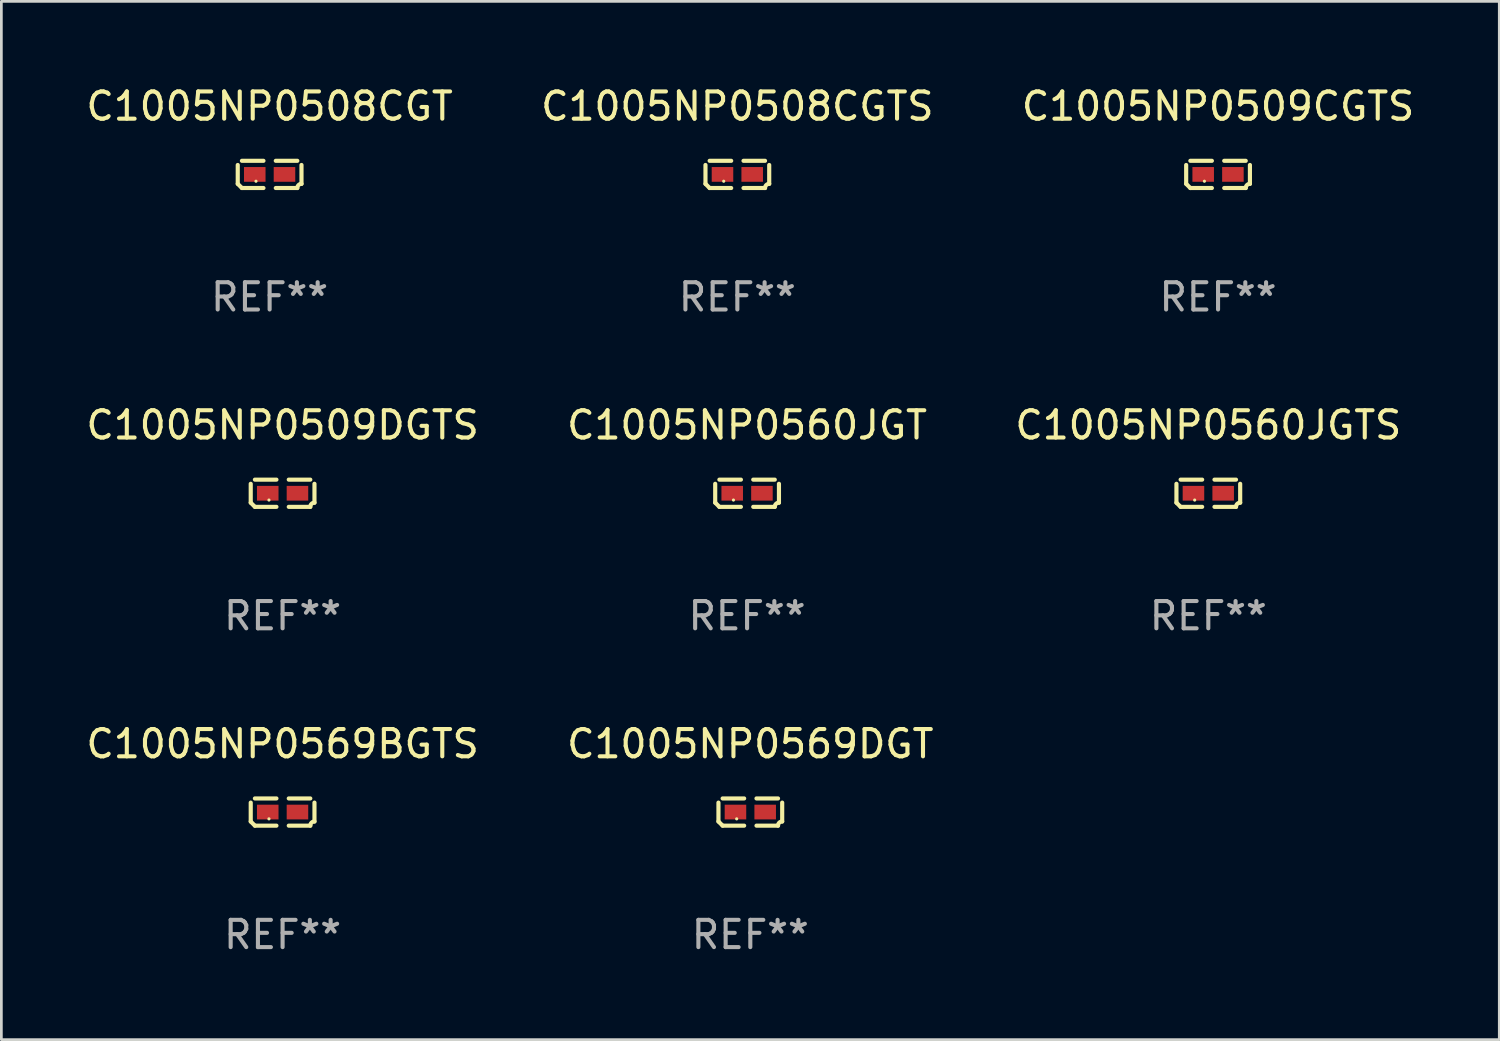
<source format=kicad_pcb>
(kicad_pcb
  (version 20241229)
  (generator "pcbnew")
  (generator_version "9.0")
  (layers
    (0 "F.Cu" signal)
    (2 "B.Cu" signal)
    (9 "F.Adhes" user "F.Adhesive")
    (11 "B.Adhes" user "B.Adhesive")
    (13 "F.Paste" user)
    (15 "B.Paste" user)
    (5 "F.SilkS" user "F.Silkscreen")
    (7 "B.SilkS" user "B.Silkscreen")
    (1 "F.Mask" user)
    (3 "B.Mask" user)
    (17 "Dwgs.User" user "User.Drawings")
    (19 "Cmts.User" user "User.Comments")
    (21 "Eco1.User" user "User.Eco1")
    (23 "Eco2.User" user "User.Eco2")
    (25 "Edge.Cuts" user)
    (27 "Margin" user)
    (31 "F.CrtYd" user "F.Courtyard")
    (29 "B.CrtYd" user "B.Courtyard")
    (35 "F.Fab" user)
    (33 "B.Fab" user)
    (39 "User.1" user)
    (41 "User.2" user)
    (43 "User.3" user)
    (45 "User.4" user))
  (footprint "C1005NP0560JGT"
    (layer "F.Cu")
    (at 24.351 15.041)
    (property "Reference" "C1005NP0560JGT" (at 0 -2.499 0) (layer "F.SilkS") (effects (font (size 1 1) (thickness 0.15))))
    (attr through_hole)
    (fp_line (start -1.169 0.346) (end -1.169 -0.346) (stroke (width 0.152) (type solid)) (layer "F.SilkS"))
    (fp_line (start -1.016 -0.499) (end -0.226 -0.499) (stroke (width 0.152) (type solid)) (layer "F.SilkS"))
    (fp_line (start -0.226 0.499) (end -1.016 0.499) (stroke (width 0.152) (type solid)) (layer "F.SilkS"))
    (fp_line (start 0.226 0.499) (end 1.016 0.499) (stroke (width 0.152) (type solid)) (layer "F.SilkS"))
    (fp_line (start 1.016 -0.499) (end 0.226 -0.499) (stroke (width 0.152) (type solid)) (layer "F.SilkS"))
    (fp_line (start 1.169 0.346) (end 1.169 -0.346) (stroke (width 0.152) (type solid)) (layer "F.SilkS"))
    (fp_arc (start -1.016307 0.498603) (mid -1.092512 0.422405) (end -1.16871 0.3462) (stroke (width 0.1524) (type solid)) (layer "F.SilkS"))
    (fp_arc (start 1.016307 0.498603) (mid 1.060899 0.390758) (end 1.168707 0.346076) (stroke (width 0.1524) (type solid)) (layer "F.SilkS"))
    (fp_circle (center -0.5 0.25) (end -0.47 0.25) (stroke (width 0.06) (type solid)) (fill no) (layer "F.SilkS"))
    (fp_text user "REF**" (at 0 4.499 0) (layer "F.Fab") (effects (font (size 1 1) (thickness 0.15))))
    (pad "1" smd rect (at -0.545 0) (size 0.79 0.54) (layers "F.Cu" "F.Mask" "F.Paste"))
    (pad "2" smd rect (at 0.545 0) (size 0.79 0.54) (layers "F.Cu" "F.Mask" "F.Paste")))
  (footprint "C1005NP0569DGT"
    (layer "F.Cu")
    (at 24.47 26.734)
    (property "Reference" "C1005NP0569DGT" (at 0 -2.499 0) (layer "F.SilkS") (effects (font (size 1 1) (thickness 0.15))))
    (attr through_hole)
    (fp_line (start -1.169 0.346) (end -1.169 -0.346) (stroke (width 0.152) (type solid)) (layer "F.SilkS"))
    (fp_line (start -1.016 -0.499) (end -0.226 -0.499) (stroke (width 0.152) (type solid)) (layer "F.SilkS"))
    (fp_line (start -0.226 0.499) (end -1.016 0.499) (stroke (width 0.152) (type solid)) (layer "F.SilkS"))
    (fp_line (start 0.226 0.499) (end 1.016 0.499) (stroke (width 0.152) (type solid)) (layer "F.SilkS"))
    (fp_line (start 1.016 -0.499) (end 0.226 -0.499) (stroke (width 0.152) (type solid)) (layer "F.SilkS"))
    (fp_line (start 1.169 0.346) (end 1.169 -0.346) (stroke (width 0.152) (type solid)) (layer "F.SilkS"))
    (fp_arc (start -1.016307 0.498603) (mid -1.092512 0.422405) (end -1.16871 0.3462) (stroke (width 0.1524) (type solid)) (layer "F.SilkS"))
    (fp_arc (start 1.016307 0.498603) (mid 1.060899 0.390758) (end 1.168707 0.346076) (stroke (width 0.1524) (type solid)) (layer "F.SilkS"))
    (fp_circle (center -0.5 0.25) (end -0.47 0.25) (stroke (width 0.06) (type solid)) (fill no) (layer "F.SilkS"))
    (fp_text user "REF**" (at 0 4.499 0) (layer "F.Fab") (effects (font (size 1 1) (thickness 0.15))))
    (pad "1" smd rect (at -0.545 0) (size 0.79 0.54) (layers "F.Cu" "F.Mask" "F.Paste"))
    (pad "2" smd rect (at 0.545 0) (size 0.79 0.54) (layers "F.Cu" "F.Mask" "F.Paste")))
  (footprint "C1005NP0560JGTS"
    (layer "F.Cu")
    (at 41.268 15.041)
    (property "Reference" "C1005NP0560JGTS" (at 0 -2.499 0) (layer "F.SilkS") (effects (font (size 1 1) (thickness 0.15))))
    (attr through_hole)
    (fp_line (start -1.169 0.346) (end -1.169 -0.346) (stroke (width 0.152) (type solid)) (layer "F.SilkS"))
    (fp_line (start -1.016 -0.499) (end -0.226 -0.499) (stroke (width 0.152) (type solid)) (layer "F.SilkS"))
    (fp_line (start -0.226 0.499) (end -1.016 0.499) (stroke (width 0.152) (type solid)) (layer "F.SilkS"))
    (fp_line (start 0.226 0.499) (end 1.016 0.499) (stroke (width 0.152) (type solid)) (layer "F.SilkS"))
    (fp_line (start 1.016 -0.499) (end 0.226 -0.499) (stroke (width 0.152) (type solid)) (layer "F.SilkS"))
    (fp_line (start 1.169 0.346) (end 1.169 -0.346) (stroke (width 0.152) (type solid)) (layer "F.SilkS"))
    (fp_arc (start -1.016307 0.498603) (mid -1.092512 0.422405) (end -1.16871 0.3462) (stroke (width 0.1524) (type solid)) (layer "F.SilkS"))
    (fp_arc (start 1.016307 0.498603) (mid 1.060899 0.390758) (end 1.168707 0.346076) (stroke (width 0.1524) (type solid)) (layer "F.SilkS"))
    (fp_circle (center -0.5 0.25) (end -0.47 0.25) (stroke (width 0.06) (type solid)) (fill no) (layer "F.SilkS"))
    (fp_text user "REF**" (at 0 4.499 0) (layer "F.Fab") (effects (font (size 1 1) (thickness 0.15))))
    (pad "1" smd rect (at -0.545 0) (size 0.79 0.54) (layers "F.Cu" "F.Mask" "F.Paste"))
    (pad "2" smd rect (at 0.545 0) (size 0.79 0.54) (layers "F.Cu" "F.Mask" "F.Paste")))
  (footprint "C1005NP0509CGTS"
    (layer "F.Cu")
    (at 41.625 3.347)
    (property "Reference" "C1005NP0509CGTS" (at 0 -2.499 0) (layer "F.SilkS") (effects (font (size 1 1) (thickness 0.15))))
    (attr through_hole)
    (fp_line (start -1.169 0.346) (end -1.169 -0.346) (stroke (width 0.152) (type solid)) (layer "F.SilkS"))
    (fp_line (start -1.016 -0.499) (end -0.226 -0.499) (stroke (width 0.152) (type solid)) (layer "F.SilkS"))
    (fp_line (start -0.226 0.499) (end -1.016 0.499) (stroke (width 0.152) (type solid)) (layer "F.SilkS"))
    (fp_line (start 0.226 0.499) (end 1.016 0.499) (stroke (width 0.152) (type solid)) (layer "F.SilkS"))
    (fp_line (start 1.016 -0.499) (end 0.226 -0.499) (stroke (width 0.152) (type solid)) (layer "F.SilkS"))
    (fp_line (start 1.169 0.346) (end 1.169 -0.346) (stroke (width 0.152) (type solid)) (layer "F.SilkS"))
    (fp_arc (start -1.016307 0.498603) (mid -1.092512 0.422405) (end -1.16871 0.3462) (stroke (width 0.1524) (type solid)) (layer "F.SilkS"))
    (fp_arc (start 1.016307 0.498603) (mid 1.060899 0.390758) (end 1.168707 0.346076) (stroke (width 0.1524) (type solid)) (layer "F.SilkS"))
    (fp_circle (center -0.5 0.25) (end -0.47 0.25) (stroke (width 0.06) (type solid)) (fill no) (layer "F.SilkS"))
    (fp_text user "REF**" (at 0 4.499 0) (layer "F.Fab") (effects (font (size 1 1) (thickness 0.15))))
    (pad "1" smd rect (at -0.545 0) (size 0.79 0.54) (layers "F.Cu" "F.Mask" "F.Paste"))
    (pad "2" smd rect (at 0.545 0) (size 0.79 0.54) (layers "F.Cu" "F.Mask" "F.Paste")))
  (footprint "C1005NP0509DGTS"
    (layer "F.Cu")
    (at 7.315 15.041)
    (property "Reference" "C1005NP0509DGTS" (at 0 -2.499 0) (layer "F.SilkS") (effects (font (size 1 1) (thickness 0.15))))
    (attr through_hole)
    (fp_line (start -1.169 0.346) (end -1.169 -0.346) (stroke (width 0.152) (type solid)) (layer "F.SilkS"))
    (fp_line (start -1.016 -0.499) (end -0.226 -0.499) (stroke (width 0.152) (type solid)) (layer "F.SilkS"))
    (fp_line (start -0.226 0.499) (end -1.016 0.499) (stroke (width 0.152) (type solid)) (layer "F.SilkS"))
    (fp_line (start 0.226 0.499) (end 1.016 0.499) (stroke (width 0.152) (type solid)) (layer "F.SilkS"))
    (fp_line (start 1.016 -0.499) (end 0.226 -0.499) (stroke (width 0.152) (type solid)) (layer "F.SilkS"))
    (fp_line (start 1.169 0.346) (end 1.169 -0.346) (stroke (width 0.152) (type solid)) (layer "F.SilkS"))
    (fp_arc (start -1.016307 0.498603) (mid -1.092512 0.422405) (end -1.16871 0.3462) (stroke (width 0.1524) (type solid)) (layer "F.SilkS"))
    (fp_arc (start 1.016307 0.498603) (mid 1.060899 0.390758) (end 1.168707 0.346076) (stroke (width 0.1524) (type solid)) (layer "F.SilkS"))
    (fp_circle (center -0.5 0.25) (end -0.47 0.25) (stroke (width 0.06) (type solid)) (fill no) (layer "F.SilkS"))
    (fp_text user "REF**" (at 0 4.499 0) (layer "F.Fab") (effects (font (size 1 1) (thickness 0.15))))
    (pad "1" smd rect (at -0.545 0) (size 0.79 0.54) (layers "F.Cu" "F.Mask" "F.Paste"))
    (pad "2" smd rect (at 0.545 0) (size 0.79 0.54) (layers "F.Cu" "F.Mask" "F.Paste")))
  (footprint "C1005NP0508CGTS"
    (layer "F.Cu")
    (at 23.994 3.347)
    (property "Reference" "C1005NP0508CGTS" (at 0 -2.499 0) (layer "F.SilkS") (effects (font (size 1 1) (thickness 0.15))))
    (attr through_hole)
    (fp_line (start -1.169 0.346) (end -1.169 -0.346) (stroke (width 0.152) (type solid)) (layer "F.SilkS"))
    (fp_line (start -1.016 -0.499) (end -0.226 -0.499) (stroke (width 0.152) (type solid)) (layer "F.SilkS"))
    (fp_line (start -0.226 0.499) (end -1.016 0.499) (stroke (width 0.152) (type solid)) (layer "F.SilkS"))
    (fp_line (start 0.226 0.499) (end 1.016 0.499) (stroke (width 0.152) (type solid)) (layer "F.SilkS"))
    (fp_line (start 1.016 -0.499) (end 0.226 -0.499) (stroke (width 0.152) (type solid)) (layer "F.SilkS"))
    (fp_line (start 1.169 0.346) (end 1.169 -0.346) (stroke (width 0.152) (type solid)) (layer "F.SilkS"))
    (fp_arc (start -1.016307 0.498603) (mid -1.092512 0.422405) (end -1.16871 0.3462) (stroke (width 0.1524) (type solid)) (layer "F.SilkS"))
    (fp_arc (start 1.016307 0.498603) (mid 1.060899 0.390758) (end 1.168707 0.346076) (stroke (width 0.1524) (type solid)) (layer "F.SilkS"))
    (fp_circle (center -0.5 0.25) (end -0.47 0.25) (stroke (width 0.06) (type solid)) (fill no) (layer "F.SilkS"))
    (fp_text user "REF**" (at 0 4.499 0) (layer "F.Fab") (effects (font (size 1 1) (thickness 0.15))))
    (pad "1" smd rect (at -0.545 0) (size 0.79 0.54) (layers "F.Cu" "F.Mask" "F.Paste"))
    (pad "2" smd rect (at 0.545 0) (size 0.79 0.54) (layers "F.Cu" "F.Mask" "F.Paste")))
  (footprint "C1005NP0569BGTS"
    (layer "F.Cu")
    (at 7.315 26.734)
    (property "Reference" "C1005NP0569BGTS" (at 0 -2.499 0) (layer "F.SilkS") (effects (font (size 1 1) (thickness 0.15))))
    (attr through_hole)
    (fp_line (start -1.169 0.346) (end -1.169 -0.346) (stroke (width 0.152) (type solid)) (layer "F.SilkS"))
    (fp_line (start -1.016 -0.499) (end -0.226 -0.499) (stroke (width 0.152) (type solid)) (layer "F.SilkS"))
    (fp_line (start -0.226 0.499) (end -1.016 0.499) (stroke (width 0.152) (type solid)) (layer "F.SilkS"))
    (fp_line (start 0.226 0.499) (end 1.016 0.499) (stroke (width 0.152) (type solid)) (layer "F.SilkS"))
    (fp_line (start 1.016 -0.499) (end 0.226 -0.499) (stroke (width 0.152) (type solid)) (layer "F.SilkS"))
    (fp_line (start 1.169 0.346) (end 1.169 -0.346) (stroke (width 0.152) (type solid)) (layer "F.SilkS"))
    (fp_arc (start -1.016307 0.498603) (mid -1.092512 0.422405) (end -1.16871 0.3462) (stroke (width 0.1524) (type solid)) (layer "F.SilkS"))
    (fp_arc (start 1.016307 0.498603) (mid 1.060899 0.390758) (end 1.168707 0.346076) (stroke (width 0.1524) (type solid)) (layer "F.SilkS"))
    (fp_circle (center -0.5 0.25) (end -0.47 0.25) (stroke (width 0.06) (type solid)) (fill no) (layer "F.SilkS"))
    (fp_text user "REF**" (at 0 4.499 0) (layer "F.Fab") (effects (font (size 1 1) (thickness 0.15))))
    (pad "1" smd rect (at -0.545 0) (size 0.79 0.54) (layers "F.Cu" "F.Mask" "F.Paste"))
    (pad "2" smd rect (at 0.545 0) (size 0.79 0.54) (layers "F.Cu" "F.Mask" "F.Paste")))
  (footprint "C1005NP0508CGT"
    (layer "F.Cu")
    (at 6.839 3.347)
    (property "Reference" "C1005NP0508CGT" (at 0 -2.499 0) (layer "F.SilkS") (effects (font (size 1 1) (thickness 0.15))))
    (attr through_hole)
    (fp_line (start -1.169 0.346) (end -1.169 -0.346) (stroke (width 0.152) (type solid)) (layer "F.SilkS"))
    (fp_line (start -1.016 -0.499) (end -0.226 -0.499) (stroke (width 0.152) (type solid)) (layer "F.SilkS"))
    (fp_line (start -0.226 0.499) (end -1.016 0.499) (stroke (width 0.152) (type solid)) (layer "F.SilkS"))
    (fp_line (start 0.226 0.499) (end 1.016 0.499) (stroke (width 0.152) (type solid)) (layer "F.SilkS"))
    (fp_line (start 1.016 -0.499) (end 0.226 -0.499) (stroke (width 0.152) (type solid)) (layer "F.SilkS"))
    (fp_line (start 1.169 0.346) (end 1.169 -0.346) (stroke (width 0.152) (type solid)) (layer "F.SilkS"))
    (fp_arc (start -1.016307 0.498603) (mid -1.092512 0.422405) (end -1.16871 0.3462) (stroke (width 0.1524) (type solid)) (layer "F.SilkS"))
    (fp_arc (start 1.016307 0.498603) (mid 1.060899 0.390758) (end 1.168707 0.346076) (stroke (width 0.1524) (type solid)) (layer "F.SilkS"))
    (fp_circle (center -0.5 0.25) (end -0.47 0.25) (stroke (width 0.06) (type solid)) (fill no) (layer "F.SilkS"))
    (fp_text user "REF**" (at 0 4.499 0) (layer "F.Fab") (effects (font (size 1 1) (thickness 0.15))))
    (pad "1" smd rect (at -0.545 0) (size 0.79 0.54) (layers "F.Cu" "F.Mask" "F.Paste"))
    (pad "2" smd rect (at 0.545 0) (size 0.79 0.54) (layers "F.Cu" "F.Mask" "F.Paste")))
  (gr_rect
    (start -3 -3)
    (end 51.94 35.081)
    (stroke (width 0.1) (type default))
    (fill no)
    (layer "Edge.Cuts")))
</source>
